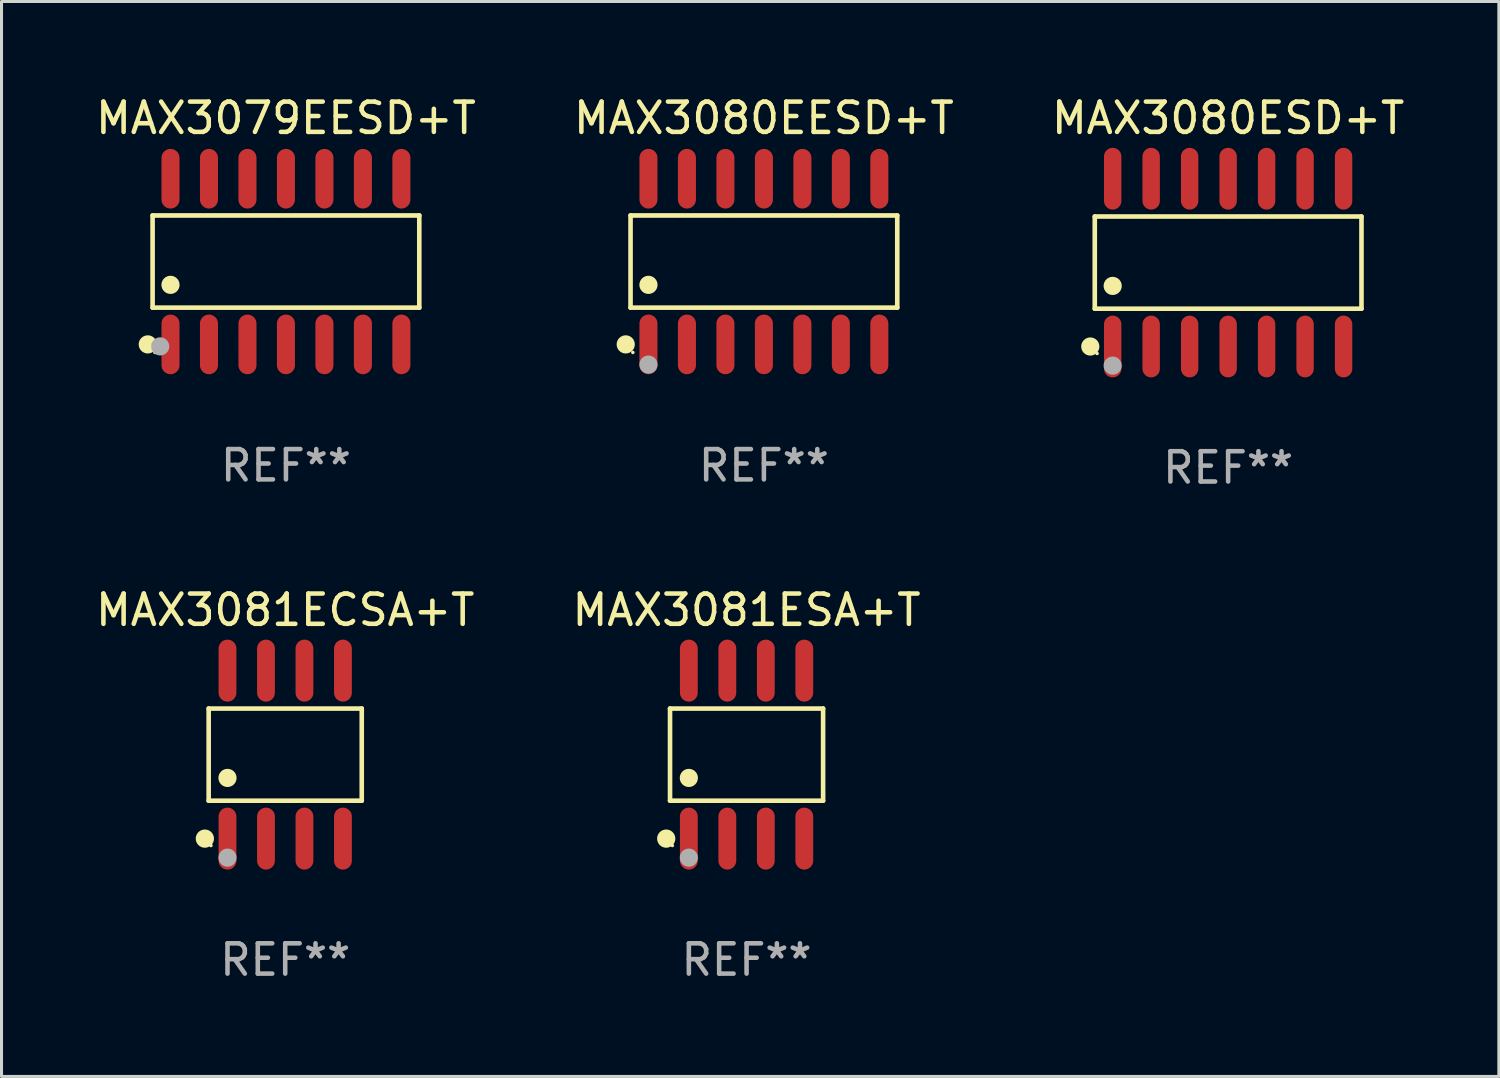
<source format=kicad_pcb>
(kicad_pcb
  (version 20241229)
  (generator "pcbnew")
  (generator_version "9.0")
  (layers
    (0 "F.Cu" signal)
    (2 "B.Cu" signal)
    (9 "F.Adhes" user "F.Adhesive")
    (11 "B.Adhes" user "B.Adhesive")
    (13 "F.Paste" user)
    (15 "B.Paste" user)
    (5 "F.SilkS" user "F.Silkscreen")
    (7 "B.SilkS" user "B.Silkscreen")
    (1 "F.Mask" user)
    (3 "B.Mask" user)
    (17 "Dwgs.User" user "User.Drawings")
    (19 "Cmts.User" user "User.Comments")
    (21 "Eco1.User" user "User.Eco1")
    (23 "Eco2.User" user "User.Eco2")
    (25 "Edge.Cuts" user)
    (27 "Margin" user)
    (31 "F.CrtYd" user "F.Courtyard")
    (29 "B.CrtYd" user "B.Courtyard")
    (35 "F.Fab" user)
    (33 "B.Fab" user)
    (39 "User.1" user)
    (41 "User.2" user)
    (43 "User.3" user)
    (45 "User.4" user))
  (footprint "MAX3080EESD+T"
    (layer "F.Cu")
    (at 22.161 5.582)
    (property "Reference" "MAX3080EESD+T" (at 0 -4.734 0) (layer "F.SilkS") (effects (font (size 1 1) (thickness 0.15))))
    (attr through_hole)
    (fp_line (start -4.401 -1.521) (end 4.401 -1.521) (stroke (width 0.152) (type solid)) (layer "F.SilkS"))
    (fp_line (start -4.401 1.521) (end -4.401 -1.521) (stroke (width 0.152) (type solid)) (layer "F.SilkS"))
    (fp_line (start 4.401 -1.521) (end 4.401 1.521) (stroke (width 0.152) (type solid)) (layer "F.SilkS"))
    (fp_line (start 4.401 1.521) (end -4.401 1.521) (stroke (width 0.152) (type solid)) (layer "F.SilkS"))
    (fp_circle (center -4.56 2.734) (end -4.41 2.734) (stroke (width 0.3) (type solid)) (fill no) (layer "F.SilkS"))
    (fp_circle (center -4.325 3) (end -4.295 3) (stroke (width 0.06) (type solid)) (fill no) (layer "F.SilkS"))
    (fp_circle (center -3.81 0.769) (end -3.66 0.769) (stroke (width 0.3) (type solid)) (fill no) (layer "F.SilkS"))
    (fp_circle (center -3.81 3.4) (end -3.66 3.4) (stroke (width 0.3) (type solid)) (fill no) (layer "F.Fab"))
    (fp_text user "REF**" (at 0 6.734 0) (layer "F.Fab") (effects (font (size 1 1) (thickness 0.15))))
    (pad "1" smd oval (at -3.81 2.734) (size 0.595 1.968) (layers "F.Cu" "F.Mask" "F.Paste"))
    (pad "2" smd oval (at -2.54 2.734) (size 0.595 1.968) (layers "F.Cu" "F.Mask" "F.Paste"))
    (pad "3" smd oval (at -1.27 2.734) (size 0.595 1.968) (layers "F.Cu" "F.Mask" "F.Paste"))
    (pad "4" smd oval (at 0 2.734) (size 0.595 1.968) (layers "F.Cu" "F.Mask" "F.Paste"))
    (pad "5" smd oval (at 1.27 2.734) (size 0.595 1.968) (layers "F.Cu" "F.Mask" "F.Paste"))
    (pad "6" smd oval (at 2.54 2.734) (size 0.595 1.968) (layers "F.Cu" "F.Mask" "F.Paste"))
    (pad "7" smd oval (at 3.81 2.734) (size 0.595 1.968) (layers "F.Cu" "F.Mask" "F.Paste"))
    (pad "8" smd oval (at 3.81 -2.734) (size 0.595 1.968) (layers "F.Cu" "F.Mask" "F.Paste"))
    (pad "9" smd oval (at 2.54 -2.734) (size 0.595 1.968) (layers "F.Cu" "F.Mask" "F.Paste"))
    (pad "10" smd oval (at 1.27 -2.734) (size 0.595 1.968) (layers "F.Cu" "F.Mask" "F.Paste"))
    (pad "11" smd oval (at 0 -2.734) (size 0.595 1.968) (layers "F.Cu" "F.Mask" "F.Paste"))
    (pad "12" smd oval (at -1.27 -2.734) (size 0.595 1.968) (layers "F.Cu" "F.Mask" "F.Paste"))
    (pad "13" smd oval (at -2.54 -2.734) (size 0.595 1.968) (layers "F.Cu" "F.Mask" "F.Paste"))
    (pad "14" smd oval (at -3.81 -2.734) (size 0.595 1.968) (layers "F.Cu" "F.Mask" "F.Paste")))
  (footprint "MAX3081ECSA+T"
    (layer "F.Cu")
    (at 6.363 21.855)
    (property "Reference" "MAX3081ECSA+T" (at 0 -4.772 0) (layer "F.SilkS") (effects (font (size 1 1) (thickness 0.15))))
    (attr through_hole)
    (fp_line (start -2.526 -1.521) (end 2.526 -1.521) (stroke (width 0.152) (type solid)) (layer "F.SilkS"))
    (fp_line (start -2.526 1.521) (end -2.526 -1.521) (stroke (width 0.152) (type solid)) (layer "F.SilkS"))
    (fp_line (start 2.526 -1.521) (end 2.526 1.521) (stroke (width 0.152) (type solid)) (layer "F.SilkS"))
    (fp_line (start 2.526 1.521) (end -2.526 1.521) (stroke (width 0.152) (type solid)) (layer "F.SilkS"))
    (fp_circle (center -2.652 2.772) (end -2.501 2.772) (stroke (width 0.3) (type solid)) (fill no) (layer "F.SilkS"))
    (fp_circle (center -2.45 3) (end -2.42 3) (stroke (width 0.06) (type solid)) (fill no) (layer "F.SilkS"))
    (fp_circle (center -1.905 0.769) (end -1.755 0.769) (stroke (width 0.3) (type solid)) (fill no) (layer "F.SilkS"))
    (fp_circle (center -1.905 3.4) (end -1.755 3.4) (stroke (width 0.3) (type solid)) (fill no) (layer "F.Fab"))
    (fp_text user "REF**" (at 0 6.772 0) (layer "F.Fab") (effects (font (size 1 1) (thickness 0.15))))
    (pad "1" smd oval (at -1.905 2.772) (size 0.588 2.045) (layers "F.Cu" "F.Mask" "F.Paste"))
    (pad "2" smd oval (at -0.635 2.772) (size 0.588 2.045) (layers "F.Cu" "F.Mask" "F.Paste"))
    (pad "3" smd oval (at 0.635 2.772) (size 0.588 2.045) (layers "F.Cu" "F.Mask" "F.Paste"))
    (pad "4" smd oval (at 1.905 2.772) (size 0.588 2.045) (layers "F.Cu" "F.Mask" "F.Paste"))
    (pad "5" smd oval (at 1.905 -2.772) (size 0.588 2.045) (layers "F.Cu" "F.Mask" "F.Paste"))
    (pad "6" smd oval (at 0.635 -2.772) (size 0.588 2.045) (layers "F.Cu" "F.Mask" "F.Paste"))
    (pad "7" smd oval (at -0.635 -2.772) (size 0.588 2.045) (layers "F.Cu" "F.Mask" "F.Paste"))
    (pad "8" smd oval (at -1.905 -2.772) (size 0.588 2.045) (layers "F.Cu" "F.Mask" "F.Paste")))
  (footprint "MAX3079EESD+T"
    (layer "F.Cu")
    (at 6.387 5.582)
    (property "Reference" "MAX3079EESD+T" (at 0 -4.734 0) (layer "F.SilkS") (effects (font (size 1 1) (thickness 0.15))))
    (attr through_hole)
    (fp_line (start -4.401 -1.521) (end 4.401 -1.521) (stroke (width 0.152) (type solid)) (layer "F.SilkS"))
    (fp_line (start -4.401 1.521) (end -4.401 -1.521) (stroke (width 0.152) (type solid)) (layer "F.SilkS"))
    (fp_line (start 4.401 -1.521) (end 4.401 1.521) (stroke (width 0.152) (type solid)) (layer "F.SilkS"))
    (fp_line (start 4.401 1.521) (end -4.401 1.521) (stroke (width 0.152) (type solid)) (layer "F.SilkS"))
    (fp_circle (center -4.56 2.734) (end -4.41 2.734) (stroke (width 0.3) (type solid)) (fill no) (layer "F.SilkS"))
    (fp_circle (center -4.325 3) (end -4.295 3) (stroke (width 0.06) (type solid)) (fill no) (layer "F.SilkS"))
    (fp_circle (center -3.81 0.769) (end -3.66 0.769) (stroke (width 0.3) (type solid)) (fill no) (layer "F.SilkS"))
    (fp_circle (center -4.15 2.8) (end -4 2.8) (stroke (width 0.3) (type solid)) (fill no) (layer "F.Fab"))
    (fp_text user "REF**" (at 0 6.734 0) (layer "F.Fab") (effects (font (size 1 1) (thickness 0.15))))
    (pad "1" smd oval (at -3.81 2.734) (size 0.595 1.968) (layers "F.Cu" "F.Mask" "F.Paste"))
    (pad "2" smd oval (at -2.54 2.734) (size 0.595 1.968) (layers "F.Cu" "F.Mask" "F.Paste"))
    (pad "3" smd oval (at -1.27 2.734) (size 0.595 1.968) (layers "F.Cu" "F.Mask" "F.Paste"))
    (pad "4" smd oval (at 0 2.734) (size 0.595 1.968) (layers "F.Cu" "F.Mask" "F.Paste"))
    (pad "5" smd oval (at 1.27 2.734) (size 0.595 1.968) (layers "F.Cu" "F.Mask" "F.Paste"))
    (pad "6" smd oval (at 2.54 2.734) (size 0.595 1.968) (layers "F.Cu" "F.Mask" "F.Paste"))
    (pad "7" smd oval (at 3.81 2.734) (size 0.595 1.968) (layers "F.Cu" "F.Mask" "F.Paste"))
    (pad "8" smd oval (at 3.81 -2.734) (size 0.595 1.968) (layers "F.Cu" "F.Mask" "F.Paste"))
    (pad "9" smd oval (at 2.54 -2.734) (size 0.595 1.968) (layers "F.Cu" "F.Mask" "F.Paste"))
    (pad "10" smd oval (at 1.27 -2.734) (size 0.595 1.968) (layers "F.Cu" "F.Mask" "F.Paste"))
    (pad "11" smd oval (at 0 -2.734) (size 0.595 1.968) (layers "F.Cu" "F.Mask" "F.Paste"))
    (pad "12" smd oval (at -1.27 -2.734) (size 0.595 1.968) (layers "F.Cu" "F.Mask" "F.Paste"))
    (pad "13" smd oval (at -2.54 -2.734) (size 0.595 1.968) (layers "F.Cu" "F.Mask" "F.Paste"))
    (pad "14" smd oval (at -3.81 -2.734) (size 0.595 1.968) (layers "F.Cu" "F.Mask" "F.Paste")))
  (footprint "MAX3080ESD+T"
    (layer "F.Cu")
    (at 37.482 5.617)
    (property "Reference" "MAX3080ESD+T" (at 0 -4.769 0) (layer "F.SilkS") (effects (font (size 1 1) (thickness 0.15))))
    (attr through_hole)
    (fp_line (start -4.401 -1.521) (end 4.401 -1.521) (stroke (width 0.152) (type solid)) (layer "F.SilkS"))
    (fp_line (start -4.401 1.521) (end -4.401 -1.521) (stroke (width 0.152) (type solid)) (layer "F.SilkS"))
    (fp_line (start 4.401 -1.521) (end 4.401 1.521) (stroke (width 0.152) (type solid)) (layer "F.SilkS"))
    (fp_line (start 4.401 1.521) (end -4.401 1.521) (stroke (width 0.152) (type solid)) (layer "F.SilkS"))
    (fp_circle (center -4.549 2.769) (end -4.399 2.769) (stroke (width 0.3) (type solid)) (fill no) (layer "F.SilkS"))
    (fp_circle (center -4.325 3) (end -4.295 3) (stroke (width 0.06) (type solid)) (fill no) (layer "F.SilkS"))
    (fp_circle (center -3.81 0.769) (end -3.66 0.769) (stroke (width 0.3) (type solid)) (fill no) (layer "F.SilkS"))
    (fp_circle (center -3.81 3.4) (end -3.66 3.4) (stroke (width 0.3) (type solid)) (fill no) (layer "F.Fab"))
    (fp_text user "REF**" (at 0 6.769 0) (layer "F.Fab") (effects (font (size 1 1) (thickness 0.15))))
    (pad "1" smd oval (at -3.81 2.769) (size 0.574 2.038) (layers "F.Cu" "F.Mask" "F.Paste"))
    (pad "2" smd oval (at -2.54 2.769) (size 0.574 2.038) (layers "F.Cu" "F.Mask" "F.Paste"))
    (pad "3" smd oval (at -1.27 2.769) (size 0.574 2.038) (layers "F.Cu" "F.Mask" "F.Paste"))
    (pad "4" smd oval (at 0 2.769) (size 0.574 2.038) (layers "F.Cu" "F.Mask" "F.Paste"))
    (pad "5" smd oval (at 1.27 2.769) (size 0.574 2.038) (layers "F.Cu" "F.Mask" "F.Paste"))
    (pad "6" smd oval (at 2.54 2.769) (size 0.574 2.038) (layers "F.Cu" "F.Mask" "F.Paste"))
    (pad "7" smd oval (at 3.81 2.769) (size 0.574 2.038) (layers "F.Cu" "F.Mask" "F.Paste"))
    (pad "8" smd oval (at 3.81 -2.769) (size 0.574 2.038) (layers "F.Cu" "F.Mask" "F.Paste"))
    (pad "9" smd oval (at 2.54 -2.769) (size 0.574 2.038) (layers "F.Cu" "F.Mask" "F.Paste"))
    (pad "10" smd oval (at 1.27 -2.769) (size 0.574 2.038) (layers "F.Cu" "F.Mask" "F.Paste"))
    (pad "11" smd oval (at 0 -2.769) (size 0.574 2.038) (layers "F.Cu" "F.Mask" "F.Paste"))
    (pad "12" smd oval (at -1.27 -2.769) (size 0.574 2.038) (layers "F.Cu" "F.Mask" "F.Paste"))
    (pad "13" smd oval (at -2.54 -2.769) (size 0.574 2.038) (layers "F.Cu" "F.Mask" "F.Paste"))
    (pad "14" smd oval (at -3.81 -2.769) (size 0.574 2.038) (layers "F.Cu" "F.Mask" "F.Paste")))
  (footprint "MAX3081ESA+T"
    (layer "F.Cu")
    (at 21.589 21.855)
    (property "Reference" "MAX3081ESA+T" (at 0 -4.772 0) (layer "F.SilkS") (effects (font (size 1 1) (thickness 0.15))))
    (attr through_hole)
    (fp_line (start -2.526 -1.521) (end 2.526 -1.521) (stroke (width 0.152) (type solid)) (layer "F.SilkS"))
    (fp_line (start -2.526 1.521) (end -2.526 -1.521) (stroke (width 0.152) (type solid)) (layer "F.SilkS"))
    (fp_line (start 2.526 -1.521) (end 2.526 1.521) (stroke (width 0.152) (type solid)) (layer "F.SilkS"))
    (fp_line (start 2.526 1.521) (end -2.526 1.521) (stroke (width 0.152) (type solid)) (layer "F.SilkS"))
    (fp_circle (center -2.652 2.772) (end -2.501 2.772) (stroke (width 0.3) (type solid)) (fill no) (layer "F.SilkS"))
    (fp_circle (center -2.45 3) (end -2.42 3) (stroke (width 0.06) (type solid)) (fill no) (layer "F.SilkS"))
    (fp_circle (center -1.905 0.769) (end -1.755 0.769) (stroke (width 0.3) (type solid)) (fill no) (layer "F.SilkS"))
    (fp_circle (center -1.905 3.4) (end -1.755 3.4) (stroke (width 0.3) (type solid)) (fill no) (layer "F.Fab"))
    (fp_text user "REF**" (at 0 6.772 0) (layer "F.Fab") (effects (font (size 1 1) (thickness 0.15))))
    (pad "1" smd oval (at -1.905 2.772) (size 0.588 2.045) (layers "F.Cu" "F.Mask" "F.Paste"))
    (pad "2" smd oval (at -0.635 2.772) (size 0.588 2.045) (layers "F.Cu" "F.Mask" "F.Paste"))
    (pad "3" smd oval (at 0.635 2.772) (size 0.588 2.045) (layers "F.Cu" "F.Mask" "F.Paste"))
    (pad "4" smd oval (at 1.905 2.772) (size 0.588 2.045) (layers "F.Cu" "F.Mask" "F.Paste"))
    (pad "5" smd oval (at 1.905 -2.772) (size 0.588 2.045) (layers "F.Cu" "F.Mask" "F.Paste"))
    (pad "6" smd oval (at 0.635 -2.772) (size 0.588 2.045) (layers "F.Cu" "F.Mask" "F.Paste"))
    (pad "7" smd oval (at -0.635 -2.772) (size 0.588 2.045) (layers "F.Cu" "F.Mask" "F.Paste"))
    (pad "8" smd oval (at -1.905 -2.772) (size 0.588 2.045) (layers "F.Cu" "F.Mask" "F.Paste")))
  (gr_rect
    (start -3 -3)
    (end 46.417 32.476)
    (stroke (width 0.1) (type default))
    (fill no)
    (layer "Edge.Cuts")))
</source>
